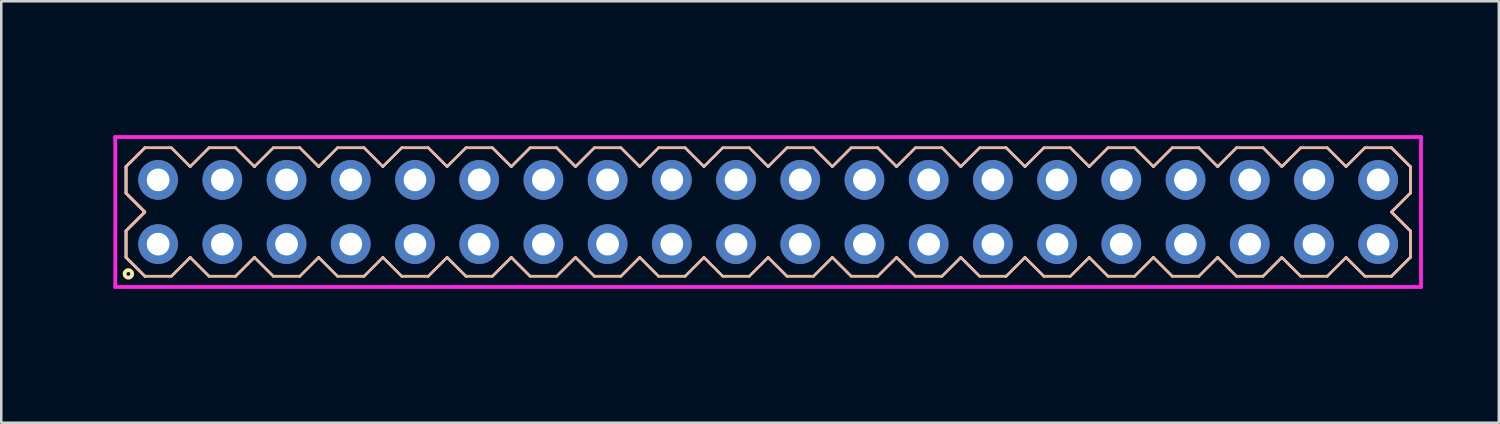
<source format=kicad_pcb>
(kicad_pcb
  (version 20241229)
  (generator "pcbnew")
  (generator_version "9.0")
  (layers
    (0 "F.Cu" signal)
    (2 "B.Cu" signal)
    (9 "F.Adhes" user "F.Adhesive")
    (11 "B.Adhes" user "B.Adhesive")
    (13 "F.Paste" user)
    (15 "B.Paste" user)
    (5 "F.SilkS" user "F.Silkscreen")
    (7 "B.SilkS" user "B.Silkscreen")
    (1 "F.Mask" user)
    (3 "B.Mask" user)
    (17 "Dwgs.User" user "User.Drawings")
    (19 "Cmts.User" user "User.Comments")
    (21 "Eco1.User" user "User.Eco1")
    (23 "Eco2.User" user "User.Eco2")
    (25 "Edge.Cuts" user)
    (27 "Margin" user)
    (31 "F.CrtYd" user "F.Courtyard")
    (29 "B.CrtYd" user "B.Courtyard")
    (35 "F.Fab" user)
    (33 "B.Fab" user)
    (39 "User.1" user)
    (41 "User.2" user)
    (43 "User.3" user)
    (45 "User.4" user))
  (footprint "HDR254P20x2"
    (layer "F.Cu")
    (at 27.335 5.336)
    (property "Reference" "HDR254P20x2" (at -26.575 0 90) (layer "User.1") (effects (font (size 1 1) (thickness 0.1))))
    (attr through_hole)
    (fp_line (start -25.4 -1.796) (end -24.656 -2.54) (stroke (width 0.1) (type solid)) (layer "F.SilkS"))
    (fp_line (start -25.4 -1.796) (end -24.656 -2.54) (stroke (width 0.1) (type solid)) (layer "F.SilkS"))
    (fp_line (start -25.4 -0.744) (end -25.4 -1.796) (stroke (width 0.1) (type solid)) (layer "F.SilkS"))
    (fp_line (start -25.4 -0.744) (end -25.4 -1.796) (stroke (width 0.1) (type solid)) (layer "F.SilkS"))
    (fp_line (start -25.4 0.744) (end -24.656 0) (stroke (width 0.1) (type solid)) (layer "F.SilkS"))
    (fp_line (start -25.4 0.744) (end -24.656 0) (stroke (width 0.1) (type solid)) (layer "F.SilkS"))
    (fp_line (start -25.4 1.796) (end -25.4 0.744) (stroke (width 0.1) (type solid)) (layer "F.SilkS"))
    (fp_line (start -25.4 1.796) (end -25.4 0.744) (stroke (width 0.1) (type solid)) (layer "F.SilkS"))
    (fp_line (start -24.656 -2.54) (end -23.604 -2.54) (stroke (width 0.1) (type solid)) (layer "F.SilkS"))
    (fp_line (start -24.656 0) (end -25.4 -0.744) (stroke (width 0.1) (type solid)) (layer "F.SilkS"))
    (fp_line (start -24.656 0) (end -25.4 -0.744) (stroke (width 0.1) (type solid)) (layer "F.SilkS"))
    (fp_line (start -24.656 2.54) (end -25.4 1.796) (stroke (width 0.1) (type solid)) (layer "F.SilkS"))
    (fp_line (start -24.656 2.54) (end -25.4 1.796) (stroke (width 0.1) (type solid)) (layer "F.SilkS"))
    (fp_line (start -23.604 -2.54) (end -22.86 -1.796) (stroke (width 0.1) (type solid)) (layer "F.SilkS"))
    (fp_line (start -23.604 2.54) (end -24.656 2.54) (stroke (width 0.1) (type solid)) (layer "F.SilkS"))
    (fp_line (start -22.86 -1.796) (end -22.116 -2.54) (stroke (width 0.1) (type solid)) (layer "F.SilkS"))
    (fp_line (start -22.86 1.796) (end -23.604 2.54) (stroke (width 0.1) (type solid)) (layer "F.SilkS"))
    (fp_line (start -22.116 -2.54) (end -21.064 -2.54) (stroke (width 0.1) (type solid)) (layer "F.SilkS"))
    (fp_line (start -22.116 2.54) (end -22.86 1.796) (stroke (width 0.1) (type solid)) (layer "F.SilkS"))
    (fp_line (start -21.064 -2.54) (end -20.32 -1.796) (stroke (width 0.1) (type solid)) (layer "F.SilkS"))
    (fp_line (start -21.064 2.54) (end -22.116 2.54) (stroke (width 0.1) (type solid)) (layer "F.SilkS"))
    (fp_line (start -20.32 -1.796) (end -19.576 -2.54) (stroke (width 0.1) (type solid)) (layer "F.SilkS"))
    (fp_line (start -20.32 1.796) (end -21.064 2.54) (stroke (width 0.1) (type solid)) (layer "F.SilkS"))
    (fp_line (start -19.576 -2.54) (end -18.524 -2.54) (stroke (width 0.1) (type solid)) (layer "F.SilkS"))
    (fp_line (start -19.576 2.54) (end -20.32 1.796) (stroke (width 0.1) (type solid)) (layer "F.SilkS"))
    (fp_line (start -18.524 -2.54) (end -17.78 -1.796) (stroke (width 0.1) (type solid)) (layer "F.SilkS"))
    (fp_line (start -18.524 2.54) (end -19.576 2.54) (stroke (width 0.1) (type solid)) (layer "F.SilkS"))
    (fp_line (start -17.78 -1.796) (end -17.036 -2.54) (stroke (width 0.1) (type solid)) (layer "F.SilkS"))
    (fp_line (start -17.78 1.796) (end -18.524 2.54) (stroke (width 0.1) (type solid)) (layer "F.SilkS"))
    (fp_line (start -17.036 -2.54) (end -15.984 -2.54) (stroke (width 0.1) (type solid)) (layer "F.SilkS"))
    (fp_line (start -17.036 2.54) (end -17.78 1.796) (stroke (width 0.1) (type solid)) (layer "F.SilkS"))
    (fp_line (start -15.984 -2.54) (end -15.24 -1.796) (stroke (width 0.1) (type solid)) (layer "F.SilkS"))
    (fp_line (start -15.984 2.54) (end -17.036 2.54) (stroke (width 0.1) (type solid)) (layer "F.SilkS"))
    (fp_line (start -15.24 -1.796) (end -14.496 -2.54) (stroke (width 0.1) (type solid)) (layer "F.SilkS"))
    (fp_line (start -15.24 1.796) (end -15.984 2.54) (stroke (width 0.1) (type solid)) (layer "F.SilkS"))
    (fp_line (start -14.496 -2.54) (end -13.444 -2.54) (stroke (width 0.1) (type solid)) (layer "F.SilkS"))
    (fp_line (start -14.496 2.54) (end -15.24 1.796) (stroke (width 0.1) (type solid)) (layer "F.SilkS"))
    (fp_line (start -13.444 -2.54) (end -12.7 -1.796) (stroke (width 0.1) (type solid)) (layer "F.SilkS"))
    (fp_line (start -13.444 2.54) (end -14.496 2.54) (stroke (width 0.1) (type solid)) (layer "F.SilkS"))
    (fp_line (start -12.7 -1.796) (end -11.956 -2.54) (stroke (width 0.1) (type solid)) (layer "F.SilkS"))
    (fp_line (start -12.7 1.796) (end -13.444 2.54) (stroke (width 0.1) (type solid)) (layer "F.SilkS"))
    (fp_line (start -11.956 -2.54) (end -10.904 -2.54) (stroke (width 0.1) (type solid)) (layer "F.SilkS"))
    (fp_line (start -11.956 2.54) (end -12.7 1.796) (stroke (width 0.1) (type solid)) (layer "F.SilkS"))
    (fp_line (start -10.904 -2.54) (end -10.16 -1.796) (stroke (width 0.1) (type solid)) (layer "F.SilkS"))
    (fp_line (start -10.904 2.54) (end -11.956 2.54) (stroke (width 0.1) (type solid)) (layer "F.SilkS"))
    (fp_line (start -10.16 -1.796) (end -9.416 -2.54) (stroke (width 0.1) (type solid)) (layer "F.SilkS"))
    (fp_line (start -10.16 1.796) (end -10.904 2.54) (stroke (width 0.1) (type solid)) (layer "F.SilkS"))
    (fp_line (start -9.416 -2.54) (end -8.364 -2.54) (stroke (width 0.1) (type solid)) (layer "F.SilkS"))
    (fp_line (start -9.416 2.54) (end -10.16 1.796) (stroke (width 0.1) (type solid)) (layer "F.SilkS"))
    (fp_line (start -8.364 -2.54) (end -7.62 -1.796) (stroke (width 0.1) (type solid)) (layer "F.SilkS"))
    (fp_line (start -8.364 2.54) (end -9.416 2.54) (stroke (width 0.1) (type solid)) (layer "F.SilkS"))
    (fp_line (start -7.62 -1.796) (end -6.876 -2.54) (stroke (width 0.1) (type solid)) (layer "F.SilkS"))
    (fp_line (start -7.62 1.796) (end -8.364 2.54) (stroke (width 0.1) (type solid)) (layer "F.SilkS"))
    (fp_line (start -6.876 -2.54) (end -5.824 -2.54) (stroke (width 0.1) (type solid)) (layer "F.SilkS"))
    (fp_line (start -6.876 2.54) (end -7.62 1.796) (stroke (width 0.1) (type solid)) (layer "F.SilkS"))
    (fp_line (start -5.824 -2.54) (end -5.08 -1.796) (stroke (width 0.1) (type solid)) (layer "F.SilkS"))
    (fp_line (start -5.824 2.54) (end -6.876 2.54) (stroke (width 0.1) (type solid)) (layer "F.SilkS"))
    (fp_line (start -5.08 -1.796) (end -4.336 -2.54) (stroke (width 0.1) (type solid)) (layer "F.SilkS"))
    (fp_line (start -5.08 1.796) (end -5.824 2.54) (stroke (width 0.1) (type solid)) (layer "F.SilkS"))
    (fp_line (start -4.336 -2.54) (end -3.284 -2.54) (stroke (width 0.1) (type solid)) (layer "F.SilkS"))
    (fp_line (start -4.336 2.54) (end -5.08 1.796) (stroke (width 0.1) (type solid)) (layer "F.SilkS"))
    (fp_line (start -3.284 -2.54) (end -2.54 -1.796) (stroke (width 0.1) (type solid)) (layer "F.SilkS"))
    (fp_line (start -3.284 2.54) (end -4.336 2.54) (stroke (width 0.1) (type solid)) (layer "F.SilkS"))
    (fp_line (start -2.54 -1.796) (end -1.796 -2.54) (stroke (width 0.1) (type solid)) (layer "F.SilkS"))
    (fp_line (start -2.54 1.796) (end -3.284 2.54) (stroke (width 0.1) (type solid)) (layer "F.SilkS"))
    (fp_line (start -1.796 -2.54) (end -0.744 -2.54) (stroke (width 0.1) (type solid)) (layer "F.SilkS"))
    (fp_line (start -1.796 2.54) (end -2.54 1.796) (stroke (width 0.1) (type solid)) (layer "F.SilkS"))
    (fp_line (start -0.744 -2.54) (end 0 -1.796) (stroke (width 0.1) (type solid)) (layer "F.SilkS"))
    (fp_line (start -0.744 2.54) (end -1.796 2.54) (stroke (width 0.1) (type solid)) (layer "F.SilkS"))
    (fp_line (start 0 -1.796) (end 0.744 -2.54) (stroke (width 0.1) (type solid)) (layer "F.SilkS"))
    (fp_line (start 0 1.796) (end -0.744 2.54) (stroke (width 0.1) (type solid)) (layer "F.SilkS"))
    (fp_line (start 0.744 -2.54) (end 1.796 -2.54) (stroke (width 0.1) (type solid)) (layer "F.SilkS"))
    (fp_line (start 0.744 2.54) (end 0 1.796) (stroke (width 0.1) (type solid)) (layer "F.SilkS"))
    (fp_line (start 1.796 -2.54) (end 2.54 -1.796) (stroke (width 0.1) (type solid)) (layer "F.SilkS"))
    (fp_line (start 1.796 2.54) (end 0.744 2.54) (stroke (width 0.1) (type solid)) (layer "F.SilkS"))
    (fp_line (start 2.54 -1.796) (end 3.284 -2.54) (stroke (width 0.1) (type solid)) (layer "F.SilkS"))
    (fp_line (start 2.54 1.796) (end 1.796 2.54) (stroke (width 0.1) (type solid)) (layer "F.SilkS"))
    (fp_line (start 3.284 -2.54) (end 4.336 -2.54) (stroke (width 0.1) (type solid)) (layer "F.SilkS"))
    (fp_line (start 3.284 2.54) (end 2.54 1.796) (stroke (width 0.1) (type solid)) (layer "F.SilkS"))
    (fp_line (start 4.336 -2.54) (end 5.08 -1.796) (stroke (width 0.1) (type solid)) (layer "F.SilkS"))
    (fp_line (start 4.336 2.54) (end 3.284 2.54) (stroke (width 0.1) (type solid)) (layer "F.SilkS"))
    (fp_line (start 5.08 -1.796) (end 5.824 -2.54) (stroke (width 0.1) (type solid)) (layer "F.SilkS"))
    (fp_line (start 5.08 1.796) (end 4.336 2.54) (stroke (width 0.1) (type solid)) (layer "F.SilkS"))
    (fp_line (start 5.824 -2.54) (end 6.876 -2.54) (stroke (width 0.1) (type solid)) (layer "F.SilkS"))
    (fp_line (start 5.824 2.54) (end 5.08 1.796) (stroke (width 0.1) (type solid)) (layer "F.SilkS"))
    (fp_line (start 6.876 -2.54) (end 7.62 -1.796) (stroke (width 0.1) (type solid)) (layer "F.SilkS"))
    (fp_line (start 6.876 2.54) (end 5.824 2.54) (stroke (width 0.1) (type solid)) (layer "F.SilkS"))
    (fp_line (start 7.62 -1.796) (end 8.364 -2.54) (stroke (width 0.1) (type solid)) (layer "F.SilkS"))
    (fp_line (start 7.62 1.796) (end 6.876 2.54) (stroke (width 0.1) (type solid)) (layer "F.SilkS"))
    (fp_line (start 8.364 -2.54) (end 9.416 -2.54) (stroke (width 0.1) (type solid)) (layer "F.SilkS"))
    (fp_line (start 8.364 2.54) (end 7.62 1.796) (stroke (width 0.1) (type solid)) (layer "F.SilkS"))
    (fp_line (start 9.416 -2.54) (end 10.16 -1.796) (stroke (width 0.1) (type solid)) (layer "F.SilkS"))
    (fp_line (start 9.416 2.54) (end 8.364 2.54) (stroke (width 0.1) (type solid)) (layer "F.SilkS"))
    (fp_line (start 10.16 -1.796) (end 10.904 -2.54) (stroke (width 0.1) (type solid)) (layer "F.SilkS"))
    (fp_line (start 10.16 1.796) (end 9.416 2.54) (stroke (width 0.1) (type solid)) (layer "F.SilkS"))
    (fp_line (start 10.904 -2.54) (end 11.956 -2.54) (stroke (width 0.1) (type solid)) (layer "F.SilkS"))
    (fp_line (start 10.904 2.54) (end 10.16 1.796) (stroke (width 0.1) (type solid)) (layer "F.SilkS"))
    (fp_line (start 11.956 -2.54) (end 12.7 -1.796) (stroke (width 0.1) (type solid)) (layer "F.SilkS"))
    (fp_line (start 11.956 2.54) (end 10.904 2.54) (stroke (width 0.1) (type solid)) (layer "F.SilkS"))
    (fp_line (start 12.7 -1.796) (end 13.444 -2.54) (stroke (width 0.1) (type solid)) (layer "F.SilkS"))
    (fp_line (start 12.7 1.796) (end 11.956 2.54) (stroke (width 0.1) (type solid)) (layer "F.SilkS"))
    (fp_line (start 13.444 -2.54) (end 14.496 -2.54) (stroke (width 0.1) (type solid)) (layer "F.SilkS"))
    (fp_line (start 13.444 2.54) (end 12.7 1.796) (stroke (width 0.1) (type solid)) (layer "F.SilkS"))
    (fp_line (start 14.496 -2.54) (end 15.24 -1.796) (stroke (width 0.1) (type solid)) (layer "F.SilkS"))
    (fp_line (start 14.496 2.54) (end 13.444 2.54) (stroke (width 0.1) (type solid)) (layer "F.SilkS"))
    (fp_line (start 15.24 -1.796) (end 15.984 -2.54) (stroke (width 0.1) (type solid)) (layer "F.SilkS"))
    (fp_line (start 15.24 1.796) (end 14.496 2.54) (stroke (width 0.1) (type solid)) (layer "F.SilkS"))
    (fp_line (start 15.984 -2.54) (end 17.036 -2.54) (stroke (width 0.1) (type solid)) (layer "F.SilkS"))
    (fp_line (start 15.984 2.54) (end 15.24 1.796) (stroke (width 0.1) (type solid)) (layer "F.SilkS"))
    (fp_line (start 17.036 -2.54) (end 17.78 -1.796) (stroke (width 0.1) (type solid)) (layer "F.SilkS"))
    (fp_line (start 17.036 2.54) (end 15.984 2.54) (stroke (width 0.1) (type solid)) (layer "F.SilkS"))
    (fp_line (start 17.78 -1.796) (end 18.524 -2.54) (stroke (width 0.1) (type solid)) (layer "F.SilkS"))
    (fp_line (start 17.78 1.796) (end 17.036 2.54) (stroke (width 0.1) (type solid)) (layer "F.SilkS"))
    (fp_line (start 18.524 -2.54) (end 19.576 -2.54) (stroke (width 0.1) (type solid)) (layer "F.SilkS"))
    (fp_line (start 18.524 2.54) (end 17.78 1.796) (stroke (width 0.1) (type solid)) (layer "F.SilkS"))
    (fp_line (start 19.576 -2.54) (end 20.32 -1.796) (stroke (width 0.1) (type solid)) (layer "F.SilkS"))
    (fp_line (start 19.576 2.54) (end 18.524 2.54) (stroke (width 0.1) (type solid)) (layer "F.SilkS"))
    (fp_line (start 20.32 -1.796) (end 21.064 -2.54) (stroke (width 0.1) (type solid)) (layer "F.SilkS"))
    (fp_line (start 20.32 1.796) (end 19.576 2.54) (stroke (width 0.1) (type solid)) (layer "F.SilkS"))
    (fp_line (start 21.064 -2.54) (end 22.116 -2.54) (stroke (width 0.1) (type solid)) (layer "F.SilkS"))
    (fp_line (start 21.064 2.54) (end 20.32 1.796) (stroke (width 0.1) (type solid)) (layer "F.SilkS"))
    (fp_line (start 22.116 -2.54) (end 22.86 -1.796) (stroke (width 0.1) (type solid)) (layer "F.SilkS"))
    (fp_line (start 22.116 2.54) (end 21.064 2.54) (stroke (width 0.1) (type solid)) (layer "F.SilkS"))
    (fp_line (start 22.86 -1.796) (end 23.604 -2.54) (stroke (width 0.1) (type solid)) (layer "F.SilkS"))
    (fp_line (start 22.86 1.796) (end 22.116 2.54) (stroke (width 0.1) (type solid)) (layer "F.SilkS"))
    (fp_line (start 23.604 -2.54) (end 24.656 -2.54) (stroke (width 0.1) (type solid)) (layer "F.SilkS"))
    (fp_line (start 23.604 2.54) (end 22.86 1.796) (stroke (width 0.1) (type solid)) (layer "F.SilkS"))
    (fp_line (start 24.656 -2.54) (end 25.4 -1.796) (stroke (width 0.1) (type solid)) (layer "F.SilkS"))
    (fp_line (start 24.656 -2.54) (end 25.4 -1.796) (stroke (width 0.1) (type solid)) (layer "F.SilkS"))
    (fp_line (start 24.656 0) (end 25.4 0.744) (stroke (width 0.1) (type solid)) (layer "F.SilkS"))
    (fp_line (start 24.656 0) (end 25.4 0.744) (stroke (width 0.1) (type solid)) (layer "F.SilkS"))
    (fp_line (start 24.656 2.54) (end 23.604 2.54) (stroke (width 0.1) (type solid)) (layer "F.SilkS"))
    (fp_line (start 25.4 -1.796) (end 25.4 -0.744) (stroke (width 0.1) (type solid)) (layer "F.SilkS"))
    (fp_line (start 25.4 -1.796) (end 25.4 -0.744) (stroke (width 0.1) (type solid)) (layer "F.SilkS"))
    (fp_line (start 25.4 -0.744) (end 24.656 0) (stroke (width 0.1) (type solid)) (layer "F.SilkS"))
    (fp_line (start 25.4 -0.744) (end 24.656 0) (stroke (width 0.1) (type solid)) (layer "F.SilkS"))
    (fp_line (start 25.4 0.744) (end 25.4 1.796) (stroke (width 0.1) (type solid)) (layer "F.SilkS"))
    (fp_line (start 25.4 0.744) (end 25.4 1.796) (stroke (width 0.1) (type solid)) (layer "F.SilkS"))
    (fp_line (start 25.4 1.796) (end 24.656 2.54) (stroke (width 0.1) (type solid)) (layer "F.SilkS"))
    (fp_line (start 25.4 1.796) (end 24.656 2.54) (stroke (width 0.1) (type solid)) (layer "F.SilkS"))
    (fp_circle (center -25.307 2.448) (end -25.157 2.448) (stroke (width 0.15) (type solid)) (fill no) (layer "F.SilkS"))
    (fp_line (start -25.4 -1.796) (end -24.656 -2.54) (stroke (width 0.1) (type solid)) (layer "B.SilkS"))
    (fp_line (start -25.4 -1.796) (end -24.656 -2.54) (stroke (width 0.1) (type solid)) (layer "B.SilkS"))
    (fp_line (start -25.4 -0.744) (end -25.4 -1.796) (stroke (width 0.1) (type solid)) (layer "B.SilkS"))
    (fp_line (start -25.4 -0.744) (end -25.4 -1.796) (stroke (width 0.1) (type solid)) (layer "B.SilkS"))
    (fp_line (start -25.4 0.744) (end -24.656 0) (stroke (width 0.1) (type solid)) (layer "B.SilkS"))
    (fp_line (start -25.4 0.744) (end -24.656 0) (stroke (width 0.1) (type solid)) (layer "B.SilkS"))
    (fp_line (start -25.4 1.796) (end -25.4 0.744) (stroke (width 0.1) (type solid)) (layer "B.SilkS"))
    (fp_line (start -25.4 1.796) (end -25.4 0.744) (stroke (width 0.1) (type solid)) (layer "B.SilkS"))
    (fp_line (start -24.656 -2.54) (end -23.604 -2.54) (stroke (width 0.1) (type solid)) (layer "B.SilkS"))
    (fp_line (start -24.656 0) (end -25.4 -0.744) (stroke (width 0.1) (type solid)) (layer "B.SilkS"))
    (fp_line (start -24.656 0) (end -25.4 -0.744) (stroke (width 0.1) (type solid)) (layer "B.SilkS"))
    (fp_line (start -24.656 2.54) (end -25.4 1.796) (stroke (width 0.1) (type solid)) (layer "B.SilkS"))
    (fp_line (start -24.656 2.54) (end -25.4 1.796) (stroke (width 0.1) (type solid)) (layer "B.SilkS"))
    (fp_line (start -23.604 -2.54) (end -22.86 -1.796) (stroke (width 0.1) (type solid)) (layer "B.SilkS"))
    (fp_line (start -23.604 2.54) (end -24.656 2.54) (stroke (width 0.1) (type solid)) (layer "B.SilkS"))
    (fp_line (start -22.86 -1.796) (end -22.116 -2.54) (stroke (width 0.1) (type solid)) (layer "B.SilkS"))
    (fp_line (start -22.86 1.796) (end -23.604 2.54) (stroke (width 0.1) (type solid)) (layer "B.SilkS"))
    (fp_line (start -22.116 -2.54) (end -21.064 -2.54) (stroke (width 0.1) (type solid)) (layer "B.SilkS"))
    (fp_line (start -22.116 2.54) (end -22.86 1.796) (stroke (width 0.1) (type solid)) (layer "B.SilkS"))
    (fp_line (start -21.064 -2.54) (end -20.32 -1.796) (stroke (width 0.1) (type solid)) (layer "B.SilkS"))
    (fp_line (start -21.064 2.54) (end -22.116 2.54) (stroke (width 0.1) (type solid)) (layer "B.SilkS"))
    (fp_line (start -20.32 -1.796) (end -19.576 -2.54) (stroke (width 0.1) (type solid)) (layer "B.SilkS"))
    (fp_line (start -20.32 1.796) (end -21.064 2.54) (stroke (width 0.1) (type solid)) (layer "B.SilkS"))
    (fp_line (start -19.576 -2.54) (end -18.524 -2.54) (stroke (width 0.1) (type solid)) (layer "B.SilkS"))
    (fp_line (start -19.576 2.54) (end -20.32 1.796) (stroke (width 0.1) (type solid)) (layer "B.SilkS"))
    (fp_line (start -18.524 -2.54) (end -17.78 -1.796) (stroke (width 0.1) (type solid)) (layer "B.SilkS"))
    (fp_line (start -18.524 2.54) (end -19.576 2.54) (stroke (width 0.1) (type solid)) (layer "B.SilkS"))
    (fp_line (start -17.78 -1.796) (end -17.036 -2.54) (stroke (width 0.1) (type solid)) (layer "B.SilkS"))
    (fp_line (start -17.78 1.796) (end -18.524 2.54) (stroke (width 0.1) (type solid)) (layer "B.SilkS"))
    (fp_line (start -17.036 -2.54) (end -15.984 -2.54) (stroke (width 0.1) (type solid)) (layer "B.SilkS"))
    (fp_line (start -17.036 2.54) (end -17.78 1.796) (stroke (width 0.1) (type solid)) (layer "B.SilkS"))
    (fp_line (start -15.984 -2.54) (end -15.24 -1.796) (stroke (width 0.1) (type solid)) (layer "B.SilkS"))
    (fp_line (start -15.984 2.54) (end -17.036 2.54) (stroke (width 0.1) (type solid)) (layer "B.SilkS"))
    (fp_line (start -15.24 -1.796) (end -14.496 -2.54) (stroke (width 0.1) (type solid)) (layer "B.SilkS"))
    (fp_line (start -15.24 1.796) (end -15.984 2.54) (stroke (width 0.1) (type solid)) (layer "B.SilkS"))
    (fp_line (start -14.496 -2.54) (end -13.444 -2.54) (stroke (width 0.1) (type solid)) (layer "B.SilkS"))
    (fp_line (start -14.496 2.54) (end -15.24 1.796) (stroke (width 0.1) (type solid)) (layer "B.SilkS"))
    (fp_line (start -13.444 -2.54) (end -12.7 -1.796) (stroke (width 0.1) (type solid)) (layer "B.SilkS"))
    (fp_line (start -13.444 2.54) (end -14.496 2.54) (stroke (width 0.1) (type solid)) (layer "B.SilkS"))
    (fp_line (start -12.7 -1.796) (end -11.956 -2.54) (stroke (width 0.1) (type solid)) (layer "B.SilkS"))
    (fp_line (start -12.7 1.796) (end -13.444 2.54) (stroke (width 0.1) (type solid)) (layer "B.SilkS"))
    (fp_line (start -11.956 -2.54) (end -10.904 -2.54) (stroke (width 0.1) (type solid)) (layer "B.SilkS"))
    (fp_line (start -11.956 2.54) (end -12.7 1.796) (stroke (width 0.1) (type solid)) (layer "B.SilkS"))
    (fp_line (start -10.904 -2.54) (end -10.16 -1.796) (stroke (width 0.1) (type solid)) (layer "B.SilkS"))
    (fp_line (start -10.904 2.54) (end -11.956 2.54) (stroke (width 0.1) (type solid)) (layer "B.SilkS"))
    (fp_line (start -10.16 -1.796) (end -9.416 -2.54) (stroke (width 0.1) (type solid)) (layer "B.SilkS"))
    (fp_line (start -10.16 1.796) (end -10.904 2.54) (stroke (width 0.1) (type solid)) (layer "B.SilkS"))
    (fp_line (start -9.416 -2.54) (end -8.364 -2.54) (stroke (width 0.1) (type solid)) (layer "B.SilkS"))
    (fp_line (start -9.416 2.54) (end -10.16 1.796) (stroke (width 0.1) (type solid)) (layer "B.SilkS"))
    (fp_line (start -8.364 -2.54) (end -7.62 -1.796) (stroke (width 0.1) (type solid)) (layer "B.SilkS"))
    (fp_line (start -8.364 2.54) (end -9.416 2.54) (stroke (width 0.1) (type solid)) (layer "B.SilkS"))
    (fp_line (start -7.62 -1.796) (end -6.876 -2.54) (stroke (width 0.1) (type solid)) (layer "B.SilkS"))
    (fp_line (start -7.62 1.796) (end -8.364 2.54) (stroke (width 0.1) (type solid)) (layer "B.SilkS"))
    (fp_line (start -6.876 -2.54) (end -5.824 -2.54) (stroke (width 0.1) (type solid)) (layer "B.SilkS"))
    (fp_line (start -6.876 2.54) (end -7.62 1.796) (stroke (width 0.1) (type solid)) (layer "B.SilkS"))
    (fp_line (start -5.824 -2.54) (end -5.08 -1.796) (stroke (width 0.1) (type solid)) (layer "B.SilkS"))
    (fp_line (start -5.824 2.54) (end -6.876 2.54) (stroke (width 0.1) (type solid)) (layer "B.SilkS"))
    (fp_line (start -5.08 -1.796) (end -4.336 -2.54) (stroke (width 0.1) (type solid)) (layer "B.SilkS"))
    (fp_line (start -5.08 1.796) (end -5.824 2.54) (stroke (width 0.1) (type solid)) (layer "B.SilkS"))
    (fp_line (start -4.336 -2.54) (end -3.284 -2.54) (stroke (width 0.1) (type solid)) (layer "B.SilkS"))
    (fp_line (start -4.336 2.54) (end -5.08 1.796) (stroke (width 0.1) (type solid)) (layer "B.SilkS"))
    (fp_line (start -3.284 -2.54) (end -2.54 -1.796) (stroke (width 0.1) (type solid)) (layer "B.SilkS"))
    (fp_line (start -3.284 2.54) (end -4.336 2.54) (stroke (width 0.1) (type solid)) (layer "B.SilkS"))
    (fp_line (start -2.54 -1.796) (end -1.796 -2.54) (stroke (width 0.1) (type solid)) (layer "B.SilkS"))
    (fp_line (start -2.54 1.796) (end -3.284 2.54) (stroke (width 0.1) (type solid)) (layer "B.SilkS"))
    (fp_line (start -1.796 -2.54) (end -0.744 -2.54) (stroke (width 0.1) (type solid)) (layer "B.SilkS"))
    (fp_line (start -1.796 2.54) (end -2.54 1.796) (stroke (width 0.1) (type solid)) (layer "B.SilkS"))
    (fp_line (start -0.744 -2.54) (end 0 -1.796) (stroke (width 0.1) (type solid)) (layer "B.SilkS"))
    (fp_line (start -0.744 2.54) (end -1.796 2.54) (stroke (width 0.1) (type solid)) (layer "B.SilkS"))
    (fp_line (start 0 -1.796) (end 0.744 -2.54) (stroke (width 0.1) (type solid)) (layer "B.SilkS"))
    (fp_line (start 0 1.796) (end -0.744 2.54) (stroke (width 0.1) (type solid)) (layer "B.SilkS"))
    (fp_line (start 0.744 -2.54) (end 1.796 -2.54) (stroke (width 0.1) (type solid)) (layer "B.SilkS"))
    (fp_line (start 0.744 2.54) (end 0 1.796) (stroke (width 0.1) (type solid)) (layer "B.SilkS"))
    (fp_line (start 1.796 -2.54) (end 2.54 -1.796) (stroke (width 0.1) (type solid)) (layer "B.SilkS"))
    (fp_line (start 1.796 2.54) (end 0.744 2.54) (stroke (width 0.1) (type solid)) (layer "B.SilkS"))
    (fp_line (start 2.54 -1.796) (end 3.284 -2.54) (stroke (width 0.1) (type solid)) (layer "B.SilkS"))
    (fp_line (start 2.54 1.796) (end 1.796 2.54) (stroke (width 0.1) (type solid)) (layer "B.SilkS"))
    (fp_line (start 3.284 -2.54) (end 4.336 -2.54) (stroke (width 0.1) (type solid)) (layer "B.SilkS"))
    (fp_line (start 3.284 2.54) (end 2.54 1.796) (stroke (width 0.1) (type solid)) (layer "B.SilkS"))
    (fp_line (start 4.336 -2.54) (end 5.08 -1.796) (stroke (width 0.1) (type solid)) (layer "B.SilkS"))
    (fp_line (start 4.336 2.54) (end 3.284 2.54) (stroke (width 0.1) (type solid)) (layer "B.SilkS"))
    (fp_line (start 5.08 -1.796) (end 5.824 -2.54) (stroke (width 0.1) (type solid)) (layer "B.SilkS"))
    (fp_line (start 5.08 1.796) (end 4.336 2.54) (stroke (width 0.1) (type solid)) (layer "B.SilkS"))
    (fp_line (start 5.824 -2.54) (end 6.876 -2.54) (stroke (width 0.1) (type solid)) (layer "B.SilkS"))
    (fp_line (start 5.824 2.54) (end 5.08 1.796) (stroke (width 0.1) (type solid)) (layer "B.SilkS"))
    (fp_line (start 6.876 -2.54) (end 7.62 -1.796) (stroke (width 0.1) (type solid)) (layer "B.SilkS"))
    (fp_line (start 6.876 2.54) (end 5.824 2.54) (stroke (width 0.1) (type solid)) (layer "B.SilkS"))
    (fp_line (start 7.62 -1.796) (end 8.364 -2.54) (stroke (width 0.1) (type solid)) (layer "B.SilkS"))
    (fp_line (start 7.62 1.796) (end 6.876 2.54) (stroke (width 0.1) (type solid)) (layer "B.SilkS"))
    (fp_line (start 8.364 -2.54) (end 9.416 -2.54) (stroke (width 0.1) (type solid)) (layer "B.SilkS"))
    (fp_line (start 8.364 2.54) (end 7.62 1.796) (stroke (width 0.1) (type solid)) (layer "B.SilkS"))
    (fp_line (start 9.416 -2.54) (end 10.16 -1.796) (stroke (width 0.1) (type solid)) (layer "B.SilkS"))
    (fp_line (start 9.416 2.54) (end 8.364 2.54) (stroke (width 0.1) (type solid)) (layer "B.SilkS"))
    (fp_line (start 10.16 -1.796) (end 10.904 -2.54) (stroke (width 0.1) (type solid)) (layer "B.SilkS"))
    (fp_line (start 10.16 1.796) (end 9.416 2.54) (stroke (width 0.1) (type solid)) (layer "B.SilkS"))
    (fp_line (start 10.904 -2.54) (end 11.956 -2.54) (stroke (width 0.1) (type solid)) (layer "B.SilkS"))
    (fp_line (start 10.904 2.54) (end 10.16 1.796) (stroke (width 0.1) (type solid)) (layer "B.SilkS"))
    (fp_line (start 11.956 -2.54) (end 12.7 -1.796) (stroke (width 0.1) (type solid)) (layer "B.SilkS"))
    (fp_line (start 11.956 2.54) (end 10.904 2.54) (stroke (width 0.1) (type solid)) (layer "B.SilkS"))
    (fp_line (start 12.7 -1.796) (end 13.444 -2.54) (stroke (width 0.1) (type solid)) (layer "B.SilkS"))
    (fp_line (start 12.7 1.796) (end 11.956 2.54) (stroke (width 0.1) (type solid)) (layer "B.SilkS"))
    (fp_line (start 13.444 -2.54) (end 14.496 -2.54) (stroke (width 0.1) (type solid)) (layer "B.SilkS"))
    (fp_line (start 13.444 2.54) (end 12.7 1.796) (stroke (width 0.1) (type solid)) (layer "B.SilkS"))
    (fp_line (start 14.496 -2.54) (end 15.24 -1.796) (stroke (width 0.1) (type solid)) (layer "B.SilkS"))
    (fp_line (start 14.496 2.54) (end 13.444 2.54) (stroke (width 0.1) (type solid)) (layer "B.SilkS"))
    (fp_line (start 15.24 -1.796) (end 15.984 -2.54) (stroke (width 0.1) (type solid)) (layer "B.SilkS"))
    (fp_line (start 15.24 1.796) (end 14.496 2.54) (stroke (width 0.1) (type solid)) (layer "B.SilkS"))
    (fp_line (start 15.984 -2.54) (end 17.036 -2.54) (stroke (width 0.1) (type solid)) (layer "B.SilkS"))
    (fp_line (start 15.984 2.54) (end 15.24 1.796) (stroke (width 0.1) (type solid)) (layer "B.SilkS"))
    (fp_line (start 17.036 -2.54) (end 17.78 -1.796) (stroke (width 0.1) (type solid)) (layer "B.SilkS"))
    (fp_line (start 17.036 2.54) (end 15.984 2.54) (stroke (width 0.1) (type solid)) (layer "B.SilkS"))
    (fp_line (start 17.78 -1.796) (end 18.524 -2.54) (stroke (width 0.1) (type solid)) (layer "B.SilkS"))
    (fp_line (start 17.78 1.796) (end 17.036 2.54) (stroke (width 0.1) (type solid)) (layer "B.SilkS"))
    (fp_line (start 18.524 -2.54) (end 19.576 -2.54) (stroke (width 0.1) (type solid)) (layer "B.SilkS"))
    (fp_line (start 18.524 2.54) (end 17.78 1.796) (stroke (width 0.1) (type solid)) (layer "B.SilkS"))
    (fp_line (start 19.576 -2.54) (end 20.32 -1.796) (stroke (width 0.1) (type solid)) (layer "B.SilkS"))
    (fp_line (start 19.576 2.54) (end 18.524 2.54) (stroke (width 0.1) (type solid)) (layer "B.SilkS"))
    (fp_line (start 20.32 -1.796) (end 21.064 -2.54) (stroke (width 0.1) (type solid)) (layer "B.SilkS"))
    (fp_line (start 20.32 1.796) (end 19.576 2.54) (stroke (width 0.1) (type solid)) (layer "B.SilkS"))
    (fp_line (start 21.064 -2.54) (end 22.116 -2.54) (stroke (width 0.1) (type solid)) (layer "B.SilkS"))
    (fp_line (start 21.064 2.54) (end 20.32 1.796) (stroke (width 0.1) (type solid)) (layer "B.SilkS"))
    (fp_line (start 22.116 -2.54) (end 22.86 -1.796) (stroke (width 0.1) (type solid)) (layer "B.SilkS"))
    (fp_line (start 22.116 2.54) (end 21.064 2.54) (stroke (width 0.1) (type solid)) (layer "B.SilkS"))
    (fp_line (start 22.86 -1.796) (end 23.604 -2.54) (stroke (width 0.1) (type solid)) (layer "B.SilkS"))
    (fp_line (start 22.86 1.796) (end 22.116 2.54) (stroke (width 0.1) (type solid)) (layer "B.SilkS"))
    (fp_line (start 23.604 -2.54) (end 24.656 -2.54) (stroke (width 0.1) (type solid)) (layer "B.SilkS"))
    (fp_line (start 23.604 2.54) (end 22.86 1.796) (stroke (width 0.1) (type solid)) (layer "B.SilkS"))
    (fp_line (start 24.656 -2.54) (end 25.4 -1.796) (stroke (width 0.1) (type solid)) (layer "B.SilkS"))
    (fp_line (start 24.656 -2.54) (end 25.4 -1.796) (stroke (width 0.1) (type solid)) (layer "B.SilkS"))
    (fp_line (start 24.656 0) (end 25.4 0.744) (stroke (width 0.1) (type solid)) (layer "B.SilkS"))
    (fp_line (start 24.656 0) (end 25.4 0.744) (stroke (width 0.1) (type solid)) (layer "B.SilkS"))
    (fp_line (start 24.656 2.54) (end 23.604 2.54) (stroke (width 0.1) (type solid)) (layer "B.SilkS"))
    (fp_line (start 25.4 -1.796) (end 25.4 -0.744) (stroke (width 0.1) (type solid)) (layer "B.SilkS"))
    (fp_line (start 25.4 -1.796) (end 25.4 -0.744) (stroke (width 0.1) (type solid)) (layer "B.SilkS"))
    (fp_line (start 25.4 -0.744) (end 24.656 0) (stroke (width 0.1) (type solid)) (layer "B.SilkS"))
    (fp_line (start 25.4 -0.744) (end 24.656 0) (stroke (width 0.1) (type solid)) (layer "B.SilkS"))
    (fp_line (start 25.4 0.744) (end 25.4 1.796) (stroke (width 0.1) (type solid)) (layer "B.SilkS"))
    (fp_line (start 25.4 0.744) (end 25.4 1.796) (stroke (width 0.1) (type solid)) (layer "B.SilkS"))
    (fp_line (start 25.4 1.796) (end 24.656 2.54) (stroke (width 0.1) (type solid)) (layer "B.SilkS"))
    (fp_line (start 25.4 1.796) (end 24.656 2.54) (stroke (width 0.1) (type solid)) (layer "B.SilkS"))
    (fp_line (start -25.825 -2.965) (end -25.825 2.965) (stroke (width 0.15) (type solid)) (layer "F.CrtYd"))
    (fp_line (start -25.825 2.965) (end 25.825 2.965) (stroke (width 0.15) (type solid)) (layer "F.CrtYd"))
    (fp_line (start 25.825 -2.965) (end -25.825 -2.965) (stroke (width 0.15) (type solid)) (layer "F.CrtYd"))
    (fp_line (start 25.825 2.965) (end 25.825 -2.965) (stroke (width 0.15) (type solid)) (layer "F.CrtYd"))
    (pad "1" thru_hole oval (at -24.13 1.27) (size 1.57 1.57) (drill 0.9) (layers "*.Cu" "*.Mask"))
    (pad "2" thru_hole oval (at -24.13 -1.27) (size 1.57 1.57) (drill 0.9) (layers "*.Cu" "*.Mask"))
    (pad "3" thru_hole oval (at -21.59 1.27) (size 1.57 1.57) (drill 0.9) (layers "*.Cu" "*.Mask"))
    (pad "4" thru_hole oval (at -21.59 -1.27) (size 1.57 1.57) (drill 0.9) (layers "*.Cu" "*.Mask"))
    (pad "5" thru_hole oval (at -19.05 1.27) (size 1.57 1.57) (drill 0.9) (layers "*.Cu" "*.Mask"))
    (pad "6" thru_hole oval (at -19.05 -1.27) (size 1.57 1.57) (drill 0.9) (layers "*.Cu" "*.Mask"))
    (pad "7" thru_hole oval (at -16.51 1.27) (size 1.57 1.57) (drill 0.9) (layers "*.Cu" "*.Mask"))
    (pad "8" thru_hole oval (at -16.51 -1.27) (size 1.57 1.57) (drill 0.9) (layers "*.Cu" "*.Mask"))
    (pad "9" thru_hole oval (at -13.97 1.27) (size 1.57 1.57) (drill 0.9) (layers "*.Cu" "*.Mask"))
    (pad "10" thru_hole oval (at -13.97 -1.27) (size 1.57 1.57) (drill 0.9) (layers "*.Cu" "*.Mask"))
    (pad "11" thru_hole oval (at -11.43 1.27) (size 1.57 1.57) (drill 0.9) (layers "*.Cu" "*.Mask"))
    (pad "12" thru_hole oval (at -11.43 -1.27) (size 1.57 1.57) (drill 0.9) (layers "*.Cu" "*.Mask"))
    (pad "13" thru_hole oval (at -8.89 1.27) (size 1.57 1.57) (drill 0.9) (layers "*.Cu" "*.Mask"))
    (pad "14" thru_hole oval (at -8.89 -1.27) (size 1.57 1.57) (drill 0.9) (layers "*.Cu" "*.Mask"))
    (pad "15" thru_hole oval (at -6.35 1.27) (size 1.57 1.57) (drill 0.9) (layers "*.Cu" "*.Mask"))
    (pad "16" thru_hole oval (at -6.35 -1.27) (size 1.57 1.57) (drill 0.9) (layers "*.Cu" "*.Mask"))
    (pad "17" thru_hole oval (at -3.81 1.27) (size 1.57 1.57) (drill 0.9) (layers "*.Cu" "*.Mask"))
    (pad "18" thru_hole oval (at -3.81 -1.27) (size 1.57 1.57) (drill 0.9) (layers "*.Cu" "*.Mask"))
    (pad "19" thru_hole oval (at -1.27 1.27) (size 1.57 1.57) (drill 0.9) (layers "*.Cu" "*.Mask"))
    (pad "20" thru_hole oval (at -1.27 -1.27) (size 1.57 1.57) (drill 0.9) (layers "*.Cu" "*.Mask"))
    (pad "21" thru_hole oval (at 1.27 1.27) (size 1.57 1.57) (drill 0.9) (layers "*.Cu" "*.Mask"))
    (pad "22" thru_hole oval (at 1.27 -1.27) (size 1.57 1.57) (drill 0.9) (layers "*.Cu" "*.Mask"))
    (pad "23" thru_hole oval (at 3.81 1.27) (size 1.57 1.57) (drill 0.9) (layers "*.Cu" "*.Mask"))
    (pad "24" thru_hole oval (at 3.81 -1.27) (size 1.57 1.57) (drill 0.9) (layers "*.Cu" "*.Mask"))
    (pad "25" thru_hole oval (at 6.35 1.27) (size 1.57 1.57) (drill 0.9) (layers "*.Cu" "*.Mask"))
    (pad "26" thru_hole oval (at 6.35 -1.27) (size 1.57 1.57) (drill 0.9) (layers "*.Cu" "*.Mask"))
    (pad "27" thru_hole oval (at 8.89 1.27) (size 1.57 1.57) (drill 0.9) (layers "*.Cu" "*.Mask"))
    (pad "28" thru_hole oval (at 8.89 -1.27) (size 1.57 1.57) (drill 0.9) (layers "*.Cu" "*.Mask"))
    (pad "29" thru_hole oval (at 11.43 1.27) (size 1.57 1.57) (drill 0.9) (layers "*.Cu" "*.Mask"))
    (pad "30" thru_hole oval (at 11.43 -1.27) (size 1.57 1.57) (drill 0.9) (layers "*.Cu" "*.Mask"))
    (pad "31" thru_hole oval (at 13.97 1.27) (size 1.57 1.57) (drill 0.9) (layers "*.Cu" "*.Mask"))
    (pad "32" thru_hole oval (at 13.97 -1.27) (size 1.57 1.57) (drill 0.9) (layers "*.Cu" "*.Mask"))
    (pad "33" thru_hole oval (at 16.51 1.27) (size 1.57 1.57) (drill 0.9) (layers "*.Cu" "*.Mask"))
    (pad "34" thru_hole oval (at 16.51 -1.27) (size 1.57 1.57) (drill 0.9) (layers "*.Cu" "*.Mask"))
    (pad "35" thru_hole oval (at 19.05 1.27) (size 1.57 1.57) (drill 0.9) (layers "*.Cu" "*.Mask"))
    (pad "36" thru_hole oval (at 19.05 -1.27) (size 1.57 1.57) (drill 0.9) (layers "*.Cu" "*.Mask"))
    (pad "37" thru_hole oval (at 21.59 1.27) (size 1.57 1.57) (drill 0.9) (layers "*.Cu" "*.Mask"))
    (pad "38" thru_hole oval (at 21.59 -1.27) (size 1.57 1.57) (drill 0.9) (layers "*.Cu" "*.Mask"))
    (pad "39" thru_hole oval (at 24.13 1.27) (size 1.57 1.57) (drill 0.9) (layers "*.Cu" "*.Mask"))
    (pad "40" thru_hole oval (at 24.13 -1.27) (size 1.57 1.57) (drill 0.9) (layers "*.Cu" "*.Mask")))
  (gr_rect
    (start -3 -3)
    (end 56.236 13.671)
    (stroke (width 0.1) (type default))
    (fill no)
    (layer "Edge.Cuts")))
</source>
